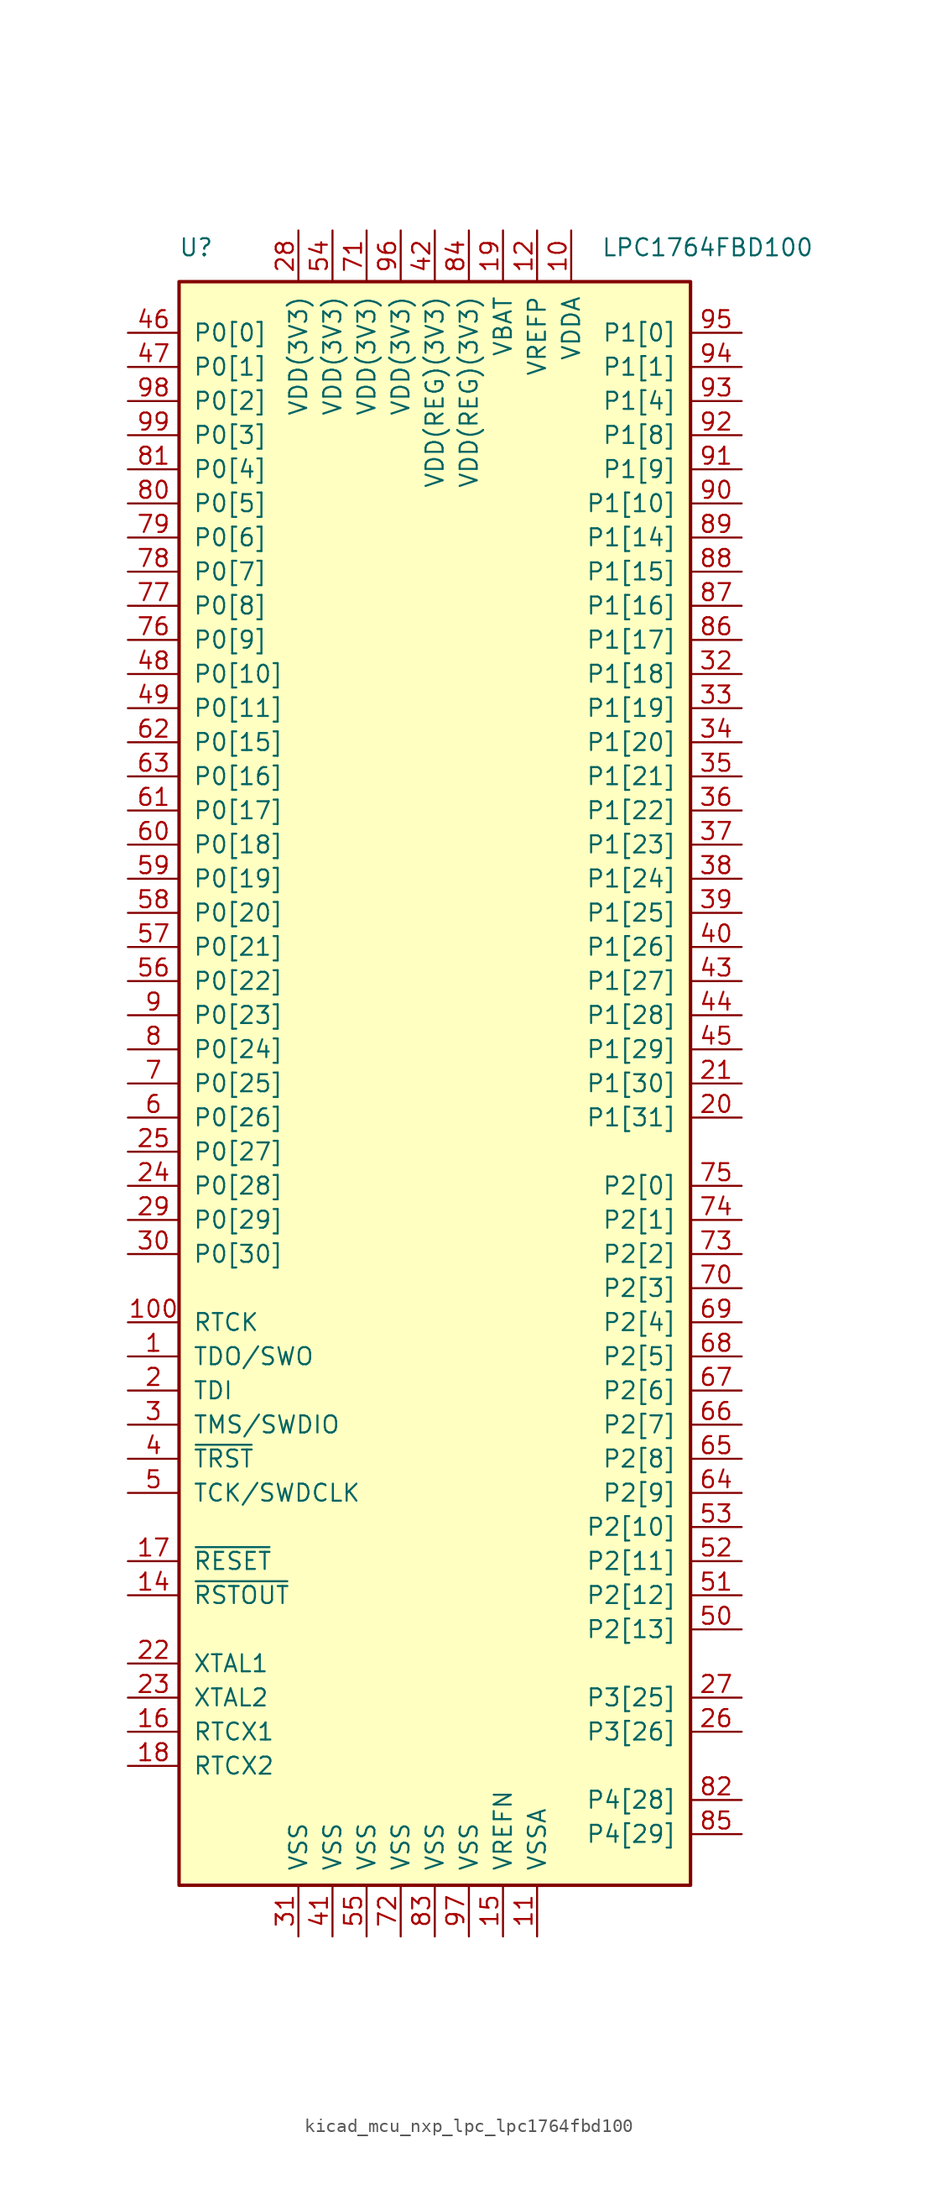
<source format=kicad_sym>
(kicad_symbol_lib
  (version 20220914)
  (generator kicad_symbol_editor)
  (symbol "kicad_mcu_nxp_lpc_lpc1764fbd100"
    (pin_names
      (offset 1.016))
    (property "Reference" "U"
      (at -17.78 62.23 0)
      (effects (font (size 1.27 1.27))))
    (property "Value" "LPC1764FBD100"
      (at 20.32 62.23 0)
      (effects (font (size 1.27 1.27))))
    (symbol "kicad_mcu_nxp_lpc_lpc1764fbd100_0_1"
      (rectangle (start -19.05 59.69) (end 19.05 -59.69) (stroke (width 0.254) (type default)) (fill (type background))))
    (symbol "kicad_mcu_nxp_lpc_lpc1764fbd100_1_1"
      (pin output line (at -22.86 -20.32 0) (length 3.81) (name "TDO/SWO" (effects (font (size 1.27 1.27)))) (number "1" (effects (font (size 1.27 1.27)))))
      (pin power_in line (at 10.16 63.5 270) (length 3.81) (name "VDDA" (effects (font (size 1.27 1.27)))) (number "10" (effects (font (size 1.27 1.27)))))
      (pin output line (at -22.86 -17.78 0) (length 3.81) (name "RTCK" (effects (font (size 1.27 1.27)))) (number "100" (effects (font (size 1.27 1.27)))))
      (pin power_in line (at 7.62 -63.5 90) (length 3.81) (name "VSSA" (effects (font (size 1.27 1.27)))) (number "11" (effects (font (size 1.27 1.27)))))
      (pin power_in line (at 7.62 63.5 270) (length 3.81) (name "VREFP" (effects (font (size 1.27 1.27)))) (number "12" (effects (font (size 1.27 1.27)))))
      (pin no_connect line (at -19.05 -55.88 0) (length 3.81) hide (name "NC" (effects (font (size 1.27 1.27)))) (number "13" (effects (font (size 1.27 1.27)))))
      (pin output line (at -22.86 -38.1 0) (length 3.81) (name "~{RSTOUT}" (effects (font (size 1.27 1.27)))) (number "14" (effects (font (size 1.27 1.27)))))
      (pin power_in line (at 5.08 -63.5 90) (length 3.81) (name "VREFN" (effects (font (size 1.27 1.27)))) (number "15" (effects (font (size 1.27 1.27)))))
      (pin input line (at -22.86 -48.26 0) (length 3.81) (name "RTCX1" (effects (font (size 1.27 1.27)))) (number "16" (effects (font (size 1.27 1.27)))))
      (pin input line (at -22.86 -35.56 0) (length 3.81) (name "~{RESET}" (effects (font (size 1.27 1.27)))) (number "17" (effects (font (size 1.27 1.27)))))
      (pin output line (at -22.86 -50.8 0) (length 3.81) (name "RTCX2" (effects (font (size 1.27 1.27)))) (number "18" (effects (font (size 1.27 1.27)))))
      (pin power_in line (at 5.08 63.5 270) (length 3.81) (name "VBAT" (effects (font (size 1.27 1.27)))) (number "19" (effects (font (size 1.27 1.27)))))
      (pin input line (at -22.86 -22.86 0) (length 3.81) (name "TDI" (effects (font (size 1.27 1.27)))) (number "2" (effects (font (size 1.27 1.27)))))
      (pin bidirectional line (at 22.86 -2.54 180) (length 3.81) (name "P1[31]" (effects (font (size 1.27 1.27)))) (number "20" (effects (font (size 1.27 1.27)))))
      (pin bidirectional line (at 22.86 0 180) (length 3.81) (name "P1[30]" (effects (font (size 1.27 1.27)))) (number "21" (effects (font (size 1.27 1.27)))))
      (pin input line (at -22.86 -43.18 0) (length 3.81) (name "XTAL1" (effects (font (size 1.27 1.27)))) (number "22" (effects (font (size 1.27 1.27)))))
      (pin output line (at -22.86 -45.72 0) (length 3.81) (name "XTAL2" (effects (font (size 1.27 1.27)))) (number "23" (effects (font (size 1.27 1.27)))))
      (pin bidirectional line (at -22.86 -7.62 0) (length 3.81) (name "P0[28]" (effects (font (size 1.27 1.27)))) (number "24" (effects (font (size 1.27 1.27)))))
      (pin bidirectional line (at -22.86 -5.08 0) (length 3.81) (name "P0[27]" (effects (font (size 1.27 1.27)))) (number "25" (effects (font (size 1.27 1.27)))))
      (pin bidirectional line (at 22.86 -48.26 180) (length 3.81) (name "P3[26]" (effects (font (size 1.27 1.27)))) (number "26" (effects (font (size 1.27 1.27)))))
      (pin bidirectional line (at 22.86 -45.72 180) (length 3.81) (name "P3[25]" (effects (font (size 1.27 1.27)))) (number "27" (effects (font (size 1.27 1.27)))))
      (pin power_in line (at -10.16 63.5 270) (length 3.81) (name "VDD(3V3)" (effects (font (size 1.27 1.27)))) (number "28" (effects (font (size 1.27 1.27)))))
      (pin bidirectional line (at -22.86 -10.16 0) (length 3.81) (name "P0[29]" (effects (font (size 1.27 1.27)))) (number "29" (effects (font (size 1.27 1.27)))))
      (pin bidirectional line (at -22.86 -25.4 0) (length 3.81) (name "TMS/SWDIO" (effects (font (size 1.27 1.27)))) (number "3" (effects (font (size 1.27 1.27)))))
      (pin bidirectional line (at -22.86 -12.7 0) (length 3.81) (name "P0[30]" (effects (font (size 1.27 1.27)))) (number "30" (effects (font (size 1.27 1.27)))))
      (pin power_in line (at -10.16 -63.5 90) (length 3.81) (name "VSS" (effects (font (size 1.27 1.27)))) (number "31" (effects (font (size 1.27 1.27)))))
      (pin bidirectional line (at 22.86 30.48 180) (length 3.81) (name "P1[18]" (effects (font (size 1.27 1.27)))) (number "32" (effects (font (size 1.27 1.27)))))
      (pin bidirectional line (at 22.86 27.94 180) (length 3.81) (name "P1[19]" (effects (font (size 1.27 1.27)))) (number "33" (effects (font (size 1.27 1.27)))))
      (pin bidirectional line (at 22.86 25.4 180) (length 3.81) (name "P1[20]" (effects (font (size 1.27 1.27)))) (number "34" (effects (font (size 1.27 1.27)))))
      (pin bidirectional line (at 22.86 22.86 180) (length 3.81) (name "P1[21]" (effects (font (size 1.27 1.27)))) (number "35" (effects (font (size 1.27 1.27)))))
      (pin bidirectional line (at 22.86 20.32 180) (length 3.81) (name "P1[22]" (effects (font (size 1.27 1.27)))) (number "36" (effects (font (size 1.27 1.27)))))
      (pin bidirectional line (at 22.86 17.78 180) (length 3.81) (name "P1[23]" (effects (font (size 1.27 1.27)))) (number "37" (effects (font (size 1.27 1.27)))))
      (pin bidirectional line (at 22.86 15.24 180) (length 3.81) (name "P1[24]" (effects (font (size 1.27 1.27)))) (number "38" (effects (font (size 1.27 1.27)))))
      (pin bidirectional line (at 22.86 12.7 180) (length 3.81) (name "P1[25]" (effects (font (size 1.27 1.27)))) (number "39" (effects (font (size 1.27 1.27)))))
      (pin input line (at -22.86 -27.94 0) (length 3.81) (name "~{TRST}" (effects (font (size 1.27 1.27)))) (number "4" (effects (font (size 1.27 1.27)))))
      (pin bidirectional line (at 22.86 10.16 180) (length 3.81) (name "P1[26]" (effects (font (size 1.27 1.27)))) (number "40" (effects (font (size 1.27 1.27)))))
      (pin power_in line (at -7.62 -63.5 90) (length 3.81) (name "VSS" (effects (font (size 1.27 1.27)))) (number "41" (effects (font (size 1.27 1.27)))))
      (pin power_in line (at 0 63.5 270) (length 3.81) (name "VDD(REG)(3V3)" (effects (font (size 1.27 1.27)))) (number "42" (effects (font (size 1.27 1.27)))))
      (pin bidirectional line (at 22.86 7.62 180) (length 3.81) (name "P1[27]" (effects (font (size 1.27 1.27)))) (number "43" (effects (font (size 1.27 1.27)))))
      (pin bidirectional line (at 22.86 5.08 180) (length 3.81) (name "P1[28]" (effects (font (size 1.27 1.27)))) (number "44" (effects (font (size 1.27 1.27)))))
      (pin bidirectional line (at 22.86 2.54 180) (length 3.81) (name "P1[29]" (effects (font (size 1.27 1.27)))) (number "45" (effects (font (size 1.27 1.27)))))
      (pin bidirectional line (at -22.86 55.88 0) (length 3.81) (name "P0[0]" (effects (font (size 1.27 1.27)))) (number "46" (effects (font (size 1.27 1.27)))))
      (pin bidirectional line (at -22.86 53.34 0) (length 3.81) (name "P0[1]" (effects (font (size 1.27 1.27)))) (number "47" (effects (font (size 1.27 1.27)))))
      (pin bidirectional line (at -22.86 30.48 0) (length 3.81) (name "P0[10]" (effects (font (size 1.27 1.27)))) (number "48" (effects (font (size 1.27 1.27)))))
      (pin bidirectional line (at -22.86 27.94 0) (length 3.81) (name "P0[11]" (effects (font (size 1.27 1.27)))) (number "49" (effects (font (size 1.27 1.27)))))
      (pin input line (at -22.86 -30.48 0) (length 3.81) (name "TCK/SWDCLK" (effects (font (size 1.27 1.27)))) (number "5" (effects (font (size 1.27 1.27)))))
      (pin bidirectional line (at 22.86 -40.64 180) (length 3.81) (name "P2[13]" (effects (font (size 1.27 1.27)))) (number "50" (effects (font (size 1.27 1.27)))))
      (pin bidirectional line (at 22.86 -38.1 180) (length 3.81) (name "P2[12]" (effects (font (size 1.27 1.27)))) (number "51" (effects (font (size 1.27 1.27)))))
      (pin bidirectional line (at 22.86 -35.56 180) (length 3.81) (name "P2[11]" (effects (font (size 1.27 1.27)))) (number "52" (effects (font (size 1.27 1.27)))))
      (pin bidirectional line (at 22.86 -33.02 180) (length 3.81) (name "P2[10]" (effects (font (size 1.27 1.27)))) (number "53" (effects (font (size 1.27 1.27)))))
      (pin power_in line (at -7.62 63.5 270) (length 3.81) (name "VDD(3V3)" (effects (font (size 1.27 1.27)))) (number "54" (effects (font (size 1.27 1.27)))))
      (pin power_in line (at -5.08 -63.5 90) (length 3.81) (name "VSS" (effects (font (size 1.27 1.27)))) (number "55" (effects (font (size 1.27 1.27)))))
      (pin bidirectional line (at -22.86 7.62 0) (length 3.81) (name "P0[22]" (effects (font (size 1.27 1.27)))) (number "56" (effects (font (size 1.27 1.27)))))
      (pin bidirectional line (at -22.86 10.16 0) (length 3.81) (name "P0[21]" (effects (font (size 1.27 1.27)))) (number "57" (effects (font (size 1.27 1.27)))))
      (pin bidirectional line (at -22.86 12.7 0) (length 3.81) (name "P0[20]" (effects (font (size 1.27 1.27)))) (number "58" (effects (font (size 1.27 1.27)))))
      (pin bidirectional line (at -22.86 15.24 0) (length 3.81) (name "P0[19]" (effects (font (size 1.27 1.27)))) (number "59" (effects (font (size 1.27 1.27)))))
      (pin bidirectional line (at -22.86 -2.54 0) (length 3.81) (name "P0[26]" (effects (font (size 1.27 1.27)))) (number "6" (effects (font (size 1.27 1.27)))))
      (pin bidirectional line (at -22.86 17.78 0) (length 3.81) (name "P0[18]" (effects (font (size 1.27 1.27)))) (number "60" (effects (font (size 1.27 1.27)))))
      (pin bidirectional line (at -22.86 20.32 0) (length 3.81) (name "P0[17]" (effects (font (size 1.27 1.27)))) (number "61" (effects (font (size 1.27 1.27)))))
      (pin bidirectional line (at -22.86 25.4 0) (length 3.81) (name "P0[15]" (effects (font (size 1.27 1.27)))) (number "62" (effects (font (size 1.27 1.27)))))
      (pin bidirectional line (at -22.86 22.86 0) (length 3.81) (name "P0[16]" (effects (font (size 1.27 1.27)))) (number "63" (effects (font (size 1.27 1.27)))))
      (pin bidirectional line (at 22.86 -30.48 180) (length 3.81) (name "P2[9]" (effects (font (size 1.27 1.27)))) (number "64" (effects (font (size 1.27 1.27)))))
      (pin bidirectional line (at 22.86 -27.94 180) (length 3.81) (name "P2[8]" (effects (font (size 1.27 1.27)))) (number "65" (effects (font (size 1.27 1.27)))))
      (pin bidirectional line (at 22.86 -25.4 180) (length 3.81) (name "P2[7]" (effects (font (size 1.27 1.27)))) (number "66" (effects (font (size 1.27 1.27)))))
      (pin bidirectional line (at 22.86 -22.86 180) (length 3.81) (name "P2[6]" (effects (font (size 1.27 1.27)))) (number "67" (effects (font (size 1.27 1.27)))))
      (pin bidirectional line (at 22.86 -20.32 180) (length 3.81) (name "P2[5]" (effects (font (size 1.27 1.27)))) (number "68" (effects (font (size 1.27 1.27)))))
      (pin bidirectional line (at 22.86 -17.78 180) (length 3.81) (name "P2[4]" (effects (font (size 1.27 1.27)))) (number "69" (effects (font (size 1.27 1.27)))))
      (pin bidirectional line (at -22.86 0 0) (length 3.81) (name "P0[25]" (effects (font (size 1.27 1.27)))) (number "7" (effects (font (size 1.27 1.27)))))
      (pin bidirectional line (at 22.86 -15.24 180) (length 3.81) (name "P2[3]" (effects (font (size 1.27 1.27)))) (number "70" (effects (font (size 1.27 1.27)))))
      (pin power_in line (at -5.08 63.5 270) (length 3.81) (name "VDD(3V3)" (effects (font (size 1.27 1.27)))) (number "71" (effects (font (size 1.27 1.27)))))
      (pin power_in line (at -2.54 -63.5 90) (length 3.81) (name "VSS" (effects (font (size 1.27 1.27)))) (number "72" (effects (font (size 1.27 1.27)))))
      (pin bidirectional line (at 22.86 -12.7 180) (length 3.81) (name "P2[2]" (effects (font (size 1.27 1.27)))) (number "73" (effects (font (size 1.27 1.27)))))
      (pin bidirectional line (at 22.86 -10.16 180) (length 3.81) (name "P2[1]" (effects (font (size 1.27 1.27)))) (number "74" (effects (font (size 1.27 1.27)))))
      (pin bidirectional line (at 22.86 -7.62 180) (length 3.81) (name "P2[0]" (effects (font (size 1.27 1.27)))) (number "75" (effects (font (size 1.27 1.27)))))
      (pin bidirectional line (at -22.86 33.02 0) (length 3.81) (name "P0[9]" (effects (font (size 1.27 1.27)))) (number "76" (effects (font (size 1.27 1.27)))))
      (pin bidirectional line (at -22.86 35.56 0) (length 3.81) (name "P0[8]" (effects (font (size 1.27 1.27)))) (number "77" (effects (font (size 1.27 1.27)))))
      (pin bidirectional line (at -22.86 38.1 0) (length 3.81) (name "P0[7]" (effects (font (size 1.27 1.27)))) (number "78" (effects (font (size 1.27 1.27)))))
      (pin bidirectional line (at -22.86 40.64 0) (length 3.81) (name "P0[6]" (effects (font (size 1.27 1.27)))) (number "79" (effects (font (size 1.27 1.27)))))
      (pin bidirectional line (at -22.86 2.54 0) (length 3.81) (name "P0[24]" (effects (font (size 1.27 1.27)))) (number "8" (effects (font (size 1.27 1.27)))))
      (pin bidirectional line (at -22.86 43.18 0) (length 3.81) (name "P0[5]" (effects (font (size 1.27 1.27)))) (number "80" (effects (font (size 1.27 1.27)))))
      (pin bidirectional line (at -22.86 45.72 0) (length 3.81) (name "P0[4]" (effects (font (size 1.27 1.27)))) (number "81" (effects (font (size 1.27 1.27)))))
      (pin bidirectional line (at 22.86 -53.34 180) (length 3.81) (name "P4[28]" (effects (font (size 1.27 1.27)))) (number "82" (effects (font (size 1.27 1.27)))))
      (pin power_in line (at 0 -63.5 90) (length 3.81) (name "VSS" (effects (font (size 1.27 1.27)))) (number "83" (effects (font (size 1.27 1.27)))))
      (pin power_in line (at 2.54 63.5 270) (length 3.81) (name "VDD(REG)(3V3)" (effects (font (size 1.27 1.27)))) (number "84" (effects (font (size 1.27 1.27)))))
      (pin bidirectional line (at 22.86 -55.88 180) (length 3.81) (name "P4[29]" (effects (font (size 1.27 1.27)))) (number "85" (effects (font (size 1.27 1.27)))))
      (pin bidirectional line (at 22.86 33.02 180) (length 3.81) (name "P1[17]" (effects (font (size 1.27 1.27)))) (number "86" (effects (font (size 1.27 1.27)))))
      (pin bidirectional line (at 22.86 35.56 180) (length 3.81) (name "P1[16]" (effects (font (size 1.27 1.27)))) (number "87" (effects (font (size 1.27 1.27)))))
      (pin bidirectional line (at 22.86 38.1 180) (length 3.81) (name "P1[15]" (effects (font (size 1.27 1.27)))) (number "88" (effects (font (size 1.27 1.27)))))
      (pin bidirectional line (at 22.86 40.64 180) (length 3.81) (name "P1[14]" (effects (font (size 1.27 1.27)))) (number "89" (effects (font (size 1.27 1.27)))))
      (pin bidirectional line (at -22.86 5.08 0) (length 3.81) (name "P0[23]" (effects (font (size 1.27 1.27)))) (number "9" (effects (font (size 1.27 1.27)))))
      (pin bidirectional line (at 22.86 43.18 180) (length 3.81) (name "P1[10]" (effects (font (size 1.27 1.27)))) (number "90" (effects (font (size 1.27 1.27)))))
      (pin bidirectional line (at 22.86 45.72 180) (length 3.81) (name "P1[9]" (effects (font (size 1.27 1.27)))) (number "91" (effects (font (size 1.27 1.27)))))
      (pin bidirectional line (at 22.86 48.26 180) (length 3.81) (name "P1[8]" (effects (font (size 1.27 1.27)))) (number "92" (effects (font (size 1.27 1.27)))))
      (pin bidirectional line (at 22.86 50.8 180) (length 3.81) (name "P1[4]" (effects (font (size 1.27 1.27)))) (number "93" (effects (font (size 1.27 1.27)))))
      (pin bidirectional line (at 22.86 53.34 180) (length 3.81) (name "P1[1]" (effects (font (size 1.27 1.27)))) (number "94" (effects (font (size 1.27 1.27)))))
      (pin bidirectional line (at 22.86 55.88 180) (length 3.81) (name "P1[0]" (effects (font (size 1.27 1.27)))) (number "95" (effects (font (size 1.27 1.27)))))
      (pin power_in line (at -2.54 63.5 270) (length 3.81) (name "VDD(3V3)" (effects (font (size 1.27 1.27)))) (number "96" (effects (font (size 1.27 1.27)))))
      (pin power_in line (at 2.54 -63.5 90) (length 3.81) (name "VSS" (effects (font (size 1.27 1.27)))) (number "97" (effects (font (size 1.27 1.27)))))
      (pin bidirectional line (at -22.86 50.8 0) (length 3.81) (name "P0[2]" (effects (font (size 1.27 1.27)))) (number "98" (effects (font (size 1.27 1.27)))))
      (pin bidirectional line (at -22.86 48.26 0) (length 3.81) (name "P0[3]" (effects (font (size 1.27 1.27)))) (number "99" (effects (font (size 1.27 1.27))))))))
</source>
